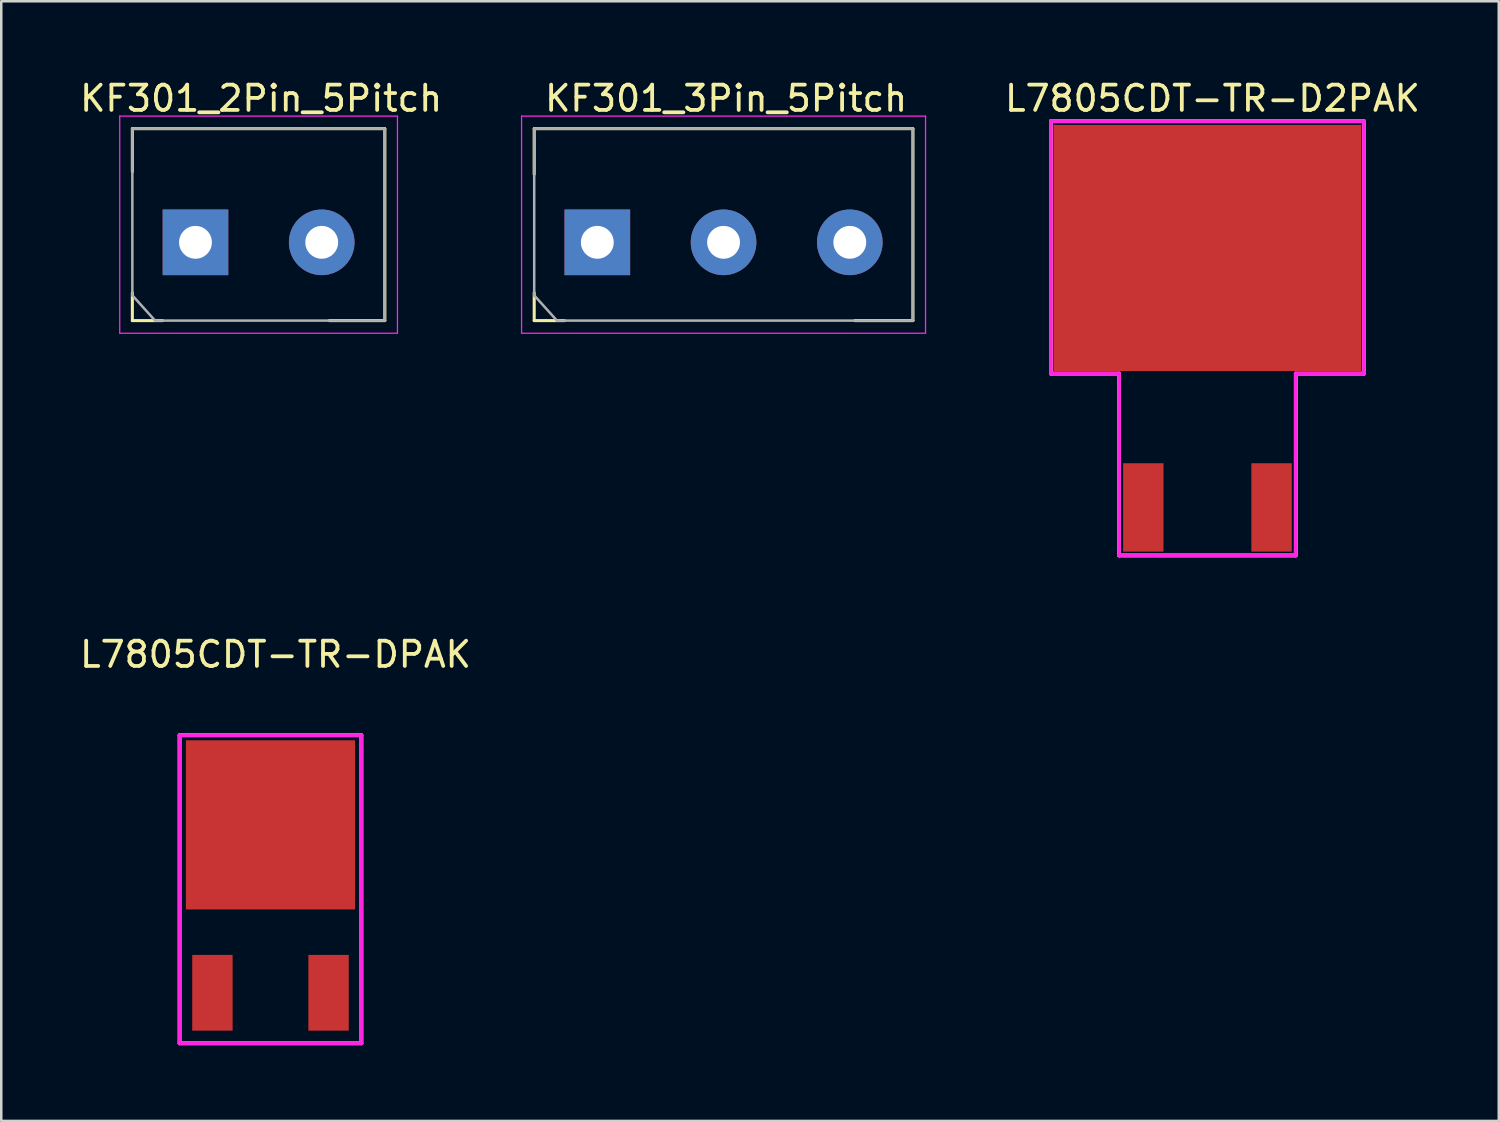
<source format=kicad_pcb>
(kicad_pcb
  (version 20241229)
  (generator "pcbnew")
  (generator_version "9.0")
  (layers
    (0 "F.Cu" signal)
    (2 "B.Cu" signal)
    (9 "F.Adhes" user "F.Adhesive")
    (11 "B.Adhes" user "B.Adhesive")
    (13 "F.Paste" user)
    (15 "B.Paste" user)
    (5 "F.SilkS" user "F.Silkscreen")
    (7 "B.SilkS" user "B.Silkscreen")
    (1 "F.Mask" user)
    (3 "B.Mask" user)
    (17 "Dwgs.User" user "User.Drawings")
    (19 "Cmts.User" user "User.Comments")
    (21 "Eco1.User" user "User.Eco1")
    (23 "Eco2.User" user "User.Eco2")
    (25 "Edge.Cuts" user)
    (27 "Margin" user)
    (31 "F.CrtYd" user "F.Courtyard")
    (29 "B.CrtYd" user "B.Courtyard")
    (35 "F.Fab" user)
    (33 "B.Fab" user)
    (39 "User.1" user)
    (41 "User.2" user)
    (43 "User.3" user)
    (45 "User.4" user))
  (footprint "KF301_3Pin_5Pitch"
    (layer "F.Cu")
    (at 25.608 6.548)
    (property "Reference" "KF301_3Pin_5Pitch" (at 0.1 -5.7 0) (layer "F.SilkS") (effects (font (size 1 1) (thickness 0.15))))
    (attr through_hole)
    (fp_line (start -7.5 -4.5) (end -7.5 -2.7) (stroke (width 0.12) (type solid)) (layer "F.SilkS"))
    (fp_line (start -7.5 -4.5) (end 7.5 -4.5) (stroke (width 0.12) (type solid)) (layer "F.SilkS"))
    (fp_line (start -7.5 2) (end -7.5 3.1) (stroke (width 0.12) (type solid)) (layer "F.SilkS"))
    (fp_line (start -7.5 3.1) (end -6.3 3.1) (stroke (width 0.12) (type solid)) (layer "F.SilkS"))
    (fp_line (start 5.2 3.1) (end 7.5 3.1) (stroke (width 0.12) (type solid)) (layer "F.SilkS"))
    (fp_line (start 7.5 -4.5) (end 7.5 3.1) (stroke (width 0.12) (type solid)) (layer "F.SilkS"))
    (fp_line (start -8 3.6) (end -8 -5) (stroke (width 0.05) (type solid)) (layer "F.CrtYd"))
    (fp_line (start 8 -5) (end -8 -5) (stroke (width 0.05) (type solid)) (layer "F.CrtYd"))
    (fp_line (start 8 3.6) (end -8 3.6) (stroke (width 0.05) (type solid)) (layer "F.CrtYd"))
    (fp_line (start 8 3.6) (end 8 -5) (stroke (width 0.05) (type solid)) (layer "F.CrtYd"))
    (fp_line (start -7.5 -4.5) (end -7.5 2.1) (stroke (width 0.1) (type solid)) (layer "F.Fab"))
    (fp_line (start -7.5 -4.5) (end 7.5 -4.5) (stroke (width 0.1) (type solid)) (layer "F.Fab"))
    (fp_line (start -7.5 2.1) (end -6.6 3.1) (stroke (width 0.1) (type solid)) (layer "F.Fab"))
    (fp_line (start -6.6 3.1) (end 7.5 3.1) (stroke (width 0.1) (type solid)) (layer "F.Fab"))
    (fp_line (start 7.5 3.1) (end 7.5 -4.5) (stroke (width 0.1) (type solid)) (layer "F.Fab"))
    (pad "1" thru_hole rect (at -5 0) (size 2.6 2.6) (drill 1.3) (layers "*.Cu" "*.Mask"))
    (pad "2" thru_hole circle (at 0 0) (size 2.6 2.6) (drill 1.3) (layers "*.Cu" "*.Mask"))
    (pad "3" thru_hole circle (at 5 0) (size 2.6 2.6) (drill 1.3) (layers "*.Cu" "*.Mask")))
  (footprint "KF301_2Pin_5Pitch"
    (layer "F.Cu")
    (at 7.192 6.548)
    (property "Reference" "KF301_2Pin_5Pitch" (at 0.1 -5.7 0) (layer "F.SilkS") (effects (font (size 1 1) (thickness 0.15))))
    (attr through_hole)
    (fp_line (start -5 -4.5) (end -5 -2.8) (stroke (width 0.12) (type solid)) (layer "F.SilkS"))
    (fp_line (start -5 -4.5) (end 5 -4.5) (stroke (width 0.12) (type solid)) (layer "F.SilkS"))
    (fp_line (start -5 2) (end -5 3.1) (stroke (width 0.12) (type solid)) (layer "F.SilkS"))
    (fp_line (start -5 3.1) (end -3.8 3.1) (stroke (width 0.12) (type solid)) (layer "F.SilkS"))
    (fp_line (start 2.8 3.1) (end 5 3.1) (stroke (width 0.12) (type solid)) (layer "F.SilkS"))
    (fp_line (start 5 -4.5) (end 5 3.1) (stroke (width 0.12) (type solid)) (layer "F.SilkS"))
    (fp_line (start -5.5 3.6) (end -5.5 -5) (stroke (width 0.05) (type solid)) (layer "F.CrtYd"))
    (fp_line (start 5.5 -5) (end -5.5 -5) (stroke (width 0.05) (type solid)) (layer "F.CrtYd"))
    (fp_line (start 5.5 3.6) (end -5.5 3.6) (stroke (width 0.05) (type solid)) (layer "F.CrtYd"))
    (fp_line (start 5.5 3.6) (end 5.5 -5) (stroke (width 0.05) (type solid)) (layer "F.CrtYd"))
    (fp_line (start -5 -4.5) (end -5 2.1) (stroke (width 0.1) (type solid)) (layer "F.Fab"))
    (fp_line (start -5 -4.5) (end 5 -4.5) (stroke (width 0.1) (type solid)) (layer "F.Fab"))
    (fp_line (start -5 2.1) (end -4.1 3.1) (stroke (width 0.1) (type solid)) (layer "F.Fab"))
    (fp_line (start -4.1 3.1) (end 5 3.1) (stroke (width 0.1) (type solid)) (layer "F.Fab"))
    (fp_line (start 5 3.1) (end 5 -4.5) (stroke (width 0.1) (type solid)) (layer "F.Fab"))
    (pad "1" thru_hole rect (at -2.5 0) (size 2.6 2.6) (drill 1.3) (layers "*.Cu" "*.Mask"))
    (pad "2" thru_hole circle (at 2.5 0) (size 2.6 2.6) (drill 1.3) (layers "*.Cu" "*.Mask")))
  (footprint "L7805CDT-TR-D2PAK"
    (layer "F.Cu")
    (at 44.773 11.648)
    (property "Reference" "L7805CDT-TR-D2PAK" (at 0.2 -10.8 0) (layer "F.SilkS") (effects (font (size 1 1) (thickness 0.15))))
    (attr through_hole)
    (fp_line (start -6.2 -9.9) (end -6.2 0.1) (stroke (width 0.15) (type solid)) (layer "F.SilkS"))
    (fp_line (start -6.2 -9.9) (end 6.2 -9.9) (stroke (width 0.15) (type solid)) (layer "F.SilkS"))
    (fp_line (start -6.2 0.1) (end -3.5 0.1) (stroke (width 0.15) (type solid)) (layer "F.SilkS"))
    (fp_line (start -3.5 0.1) (end -3.5 7.3) (stroke (width 0.15) (type solid)) (layer "F.SilkS"))
    (fp_line (start -3.5 7.3) (end 3.5 7.3) (stroke (width 0.15) (type solid)) (layer "F.SilkS"))
    (fp_line (start 3.5 0.1) (end 6.2 0.1) (stroke (width 0.15) (type solid)) (layer "F.SilkS"))
    (fp_line (start 3.5 7.3) (end 3.5 0.1) (stroke (width 0.15) (type solid)) (layer "F.SilkS"))
    (fp_line (start 6.2 -9.9) (end 6.2 0.1) (stroke (width 0.15) (type solid)) (layer "F.SilkS"))
    (fp_line (start -6.2 -9.9) (end -6.2 0.1) (stroke (width 0.15) (type solid)) (layer "F.CrtYd"))
    (fp_line (start -3.5 0.1) (end -6.2 0.1) (stroke (width 0.15) (type solid)) (layer "F.CrtYd"))
    (fp_line (start -3.5 7.3) (end -3.5 0.1) (stroke (width 0.15) (type solid)) (layer "F.CrtYd"))
    (fp_line (start -3.5 7.3) (end 3.5 7.3) (stroke (width 0.15) (type solid)) (layer "F.CrtYd"))
    (fp_line (start 3.5 0.1) (end 6.2 0.1) (stroke (width 0.15) (type solid)) (layer "F.CrtYd"))
    (fp_line (start 3.5 7.3) (end 3.5 0.1) (stroke (width 0.15) (type solid)) (layer "F.CrtYd"))
    (fp_line (start 6.2 -9.9) (end -6.2 -9.9) (stroke (width 0.15) (type solid)) (layer "F.CrtYd"))
    (fp_line (start 6.2 0.1) (end 6.2 -9.9) (stroke (width 0.15) (type solid)) (layer "F.CrtYd"))
    (pad "1" smd rect (at -2.54 5.4) (size 1.6 3.5) (layers "F.Cu" "F.Mask" "F.Paste"))
    (pad "2" smd rect (at 0 -4.875) (size 12.2 9.75) (layers "F.Cu" "F.Mask" "F.Paste"))
    (pad "3" smd rect (at 2.54 5.4) (size 1.6 3.5) (layers "F.Cu" "F.Mask" "F.Paste")))
  (footprint "L7805CDT-TR-DPAK"
    (layer "F.Cu")
    (at 7.663 32.971)
    (property "Reference" "L7805CDT-TR-DPAK" (at 0.2 -10.1 0) (layer "F.SilkS") (effects (font (size 1 1) (thickness 0.15))))
    (attr through_hole)
    (fp_line (start -3.6 -6.9) (end -3.6 5.3) (stroke (width 0.15) (type solid)) (layer "F.SilkS"))
    (fp_line (start -3.6 -6.9) (end 3.6 -6.9) (stroke (width 0.15) (type solid)) (layer "F.SilkS"))
    (fp_line (start -3.6 5.3) (end 3.6 5.3) (stroke (width 0.15) (type solid)) (layer "F.SilkS"))
    (fp_line (start 3.6 -6.9) (end 3.6 5.3) (stroke (width 0.15) (type solid)) (layer "F.SilkS"))
    (fp_line (start -3.6 -6.9) (end -3.6 5.3) (stroke (width 0.15) (type solid)) (layer "F.CrtYd"))
    (fp_line (start -3.6 5.3) (end 3.6 5.3) (stroke (width 0.15) (type solid)) (layer "F.CrtYd"))
    (fp_line (start 3.6 -6.9) (end -3.6 -6.9) (stroke (width 0.15) (type solid)) (layer "F.CrtYd"))
    (fp_line (start 3.6 5.3) (end 3.6 -6.9) (stroke (width 0.15) (type solid)) (layer "F.CrtYd"))
    (pad "1" smd rect (at -2.3 3.3) (size 1.6 3) (layers "F.Cu" "F.Mask" "F.Paste"))
    (pad "2" smd rect (at 0 -3.35) (size 6.7 6.7) (layers "F.Cu" "F.Mask" "F.Paste"))
    (pad "3" smd rect (at 2.3 3.3) (size 1.6 3) (layers "F.Cu" "F.Mask" "F.Paste")))
  (gr_rect
    (start -3 -3)
    (end 56.312 41.346)
    (stroke (width 0.1) (type default))
    (fill no)
    (layer "Edge.Cuts")))
</source>
